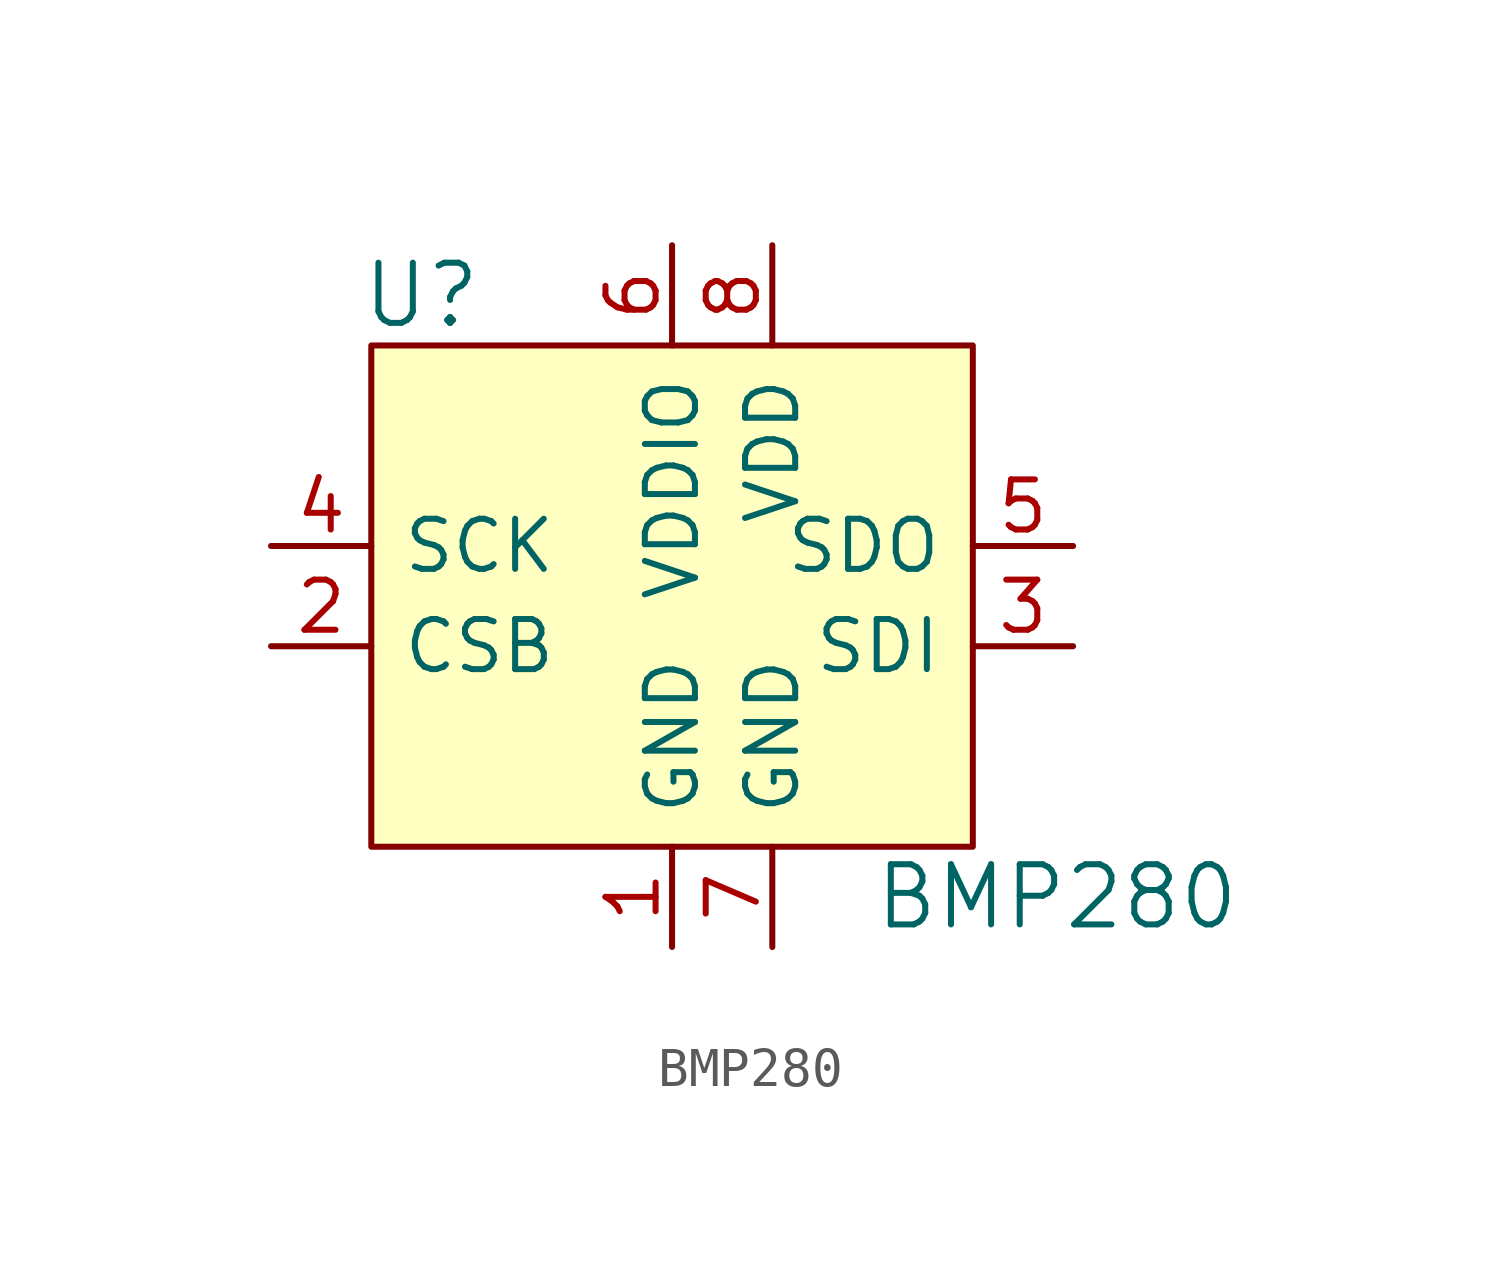
<source format=kicad_sym>
(kicad_symbol_lib
  (version 20231120)
  (generator "kicad_symbol_editor")
  (generator_version "8.0")
  (symbol "BMP280"
    (pin_names
      (offset 0.762))
    (property "Reference" "U"
      (at -6.35 8.89 0)
      (effects (font (size 1.524 1.524))))
    (property "Value" "BMP280"
      (at 5.08 -6.35 0)
      (effects (font (size 1.524 1.524)) (justify left)))
    (symbol "BMP280_0_1"
      (rectangle (start 7.62 7.62) (end -7.62 -5.08) (stroke (width 0) (type solid)) (fill (type background))))
    (symbol "BMP280_1_1"
      (pin power_in line (at 0 -7.62 90) (length 2.54) (name "GND" (effects (font (size 1.27 1.27)))) (number "1" (effects (font (size 1.27 1.27)))))
      (pin input line (at -10.16 0 0) (length 2.54) (name "CSB" (effects (font (size 1.27 1.27)))) (number "2" (effects (font (size 1.27 1.27)))))
      (pin bidirectional line (at 10.16 0 180) (length 2.54) (name "SDI" (effects (font (size 1.27 1.27)))) (number "3" (effects (font (size 1.27 1.27)))))
      (pin input line (at -10.16 2.54 0) (length 2.54) (name "SCK" (effects (font (size 1.27 1.27)))) (number "4" (effects (font (size 1.27 1.27)))))
      (pin bidirectional line (at 10.16 2.54 180) (length 2.54) (name "SDO" (effects (font (size 1.27 1.27)))) (number "5" (effects (font (size 1.27 1.27)))))
      (pin power_in line (at 0 10.16 270) (length 2.54) (name "VDDIO" (effects (font (size 1.27 1.27)))) (number "6" (effects (font (size 1.27 1.27)))))
      (pin power_in line (at 2.54 -7.62 90) (length 2.54) (name "GND" (effects (font (size 1.27 1.27)))) (number "7" (effects (font (size 1.27 1.27)))))
      (pin power_in line (at 2.54 10.16 270) (length 2.54) (name "VDD" (effects (font (size 1.27 1.27)))) (number "8" (effects (font (size 1.27 1.27))))))))
</source>
